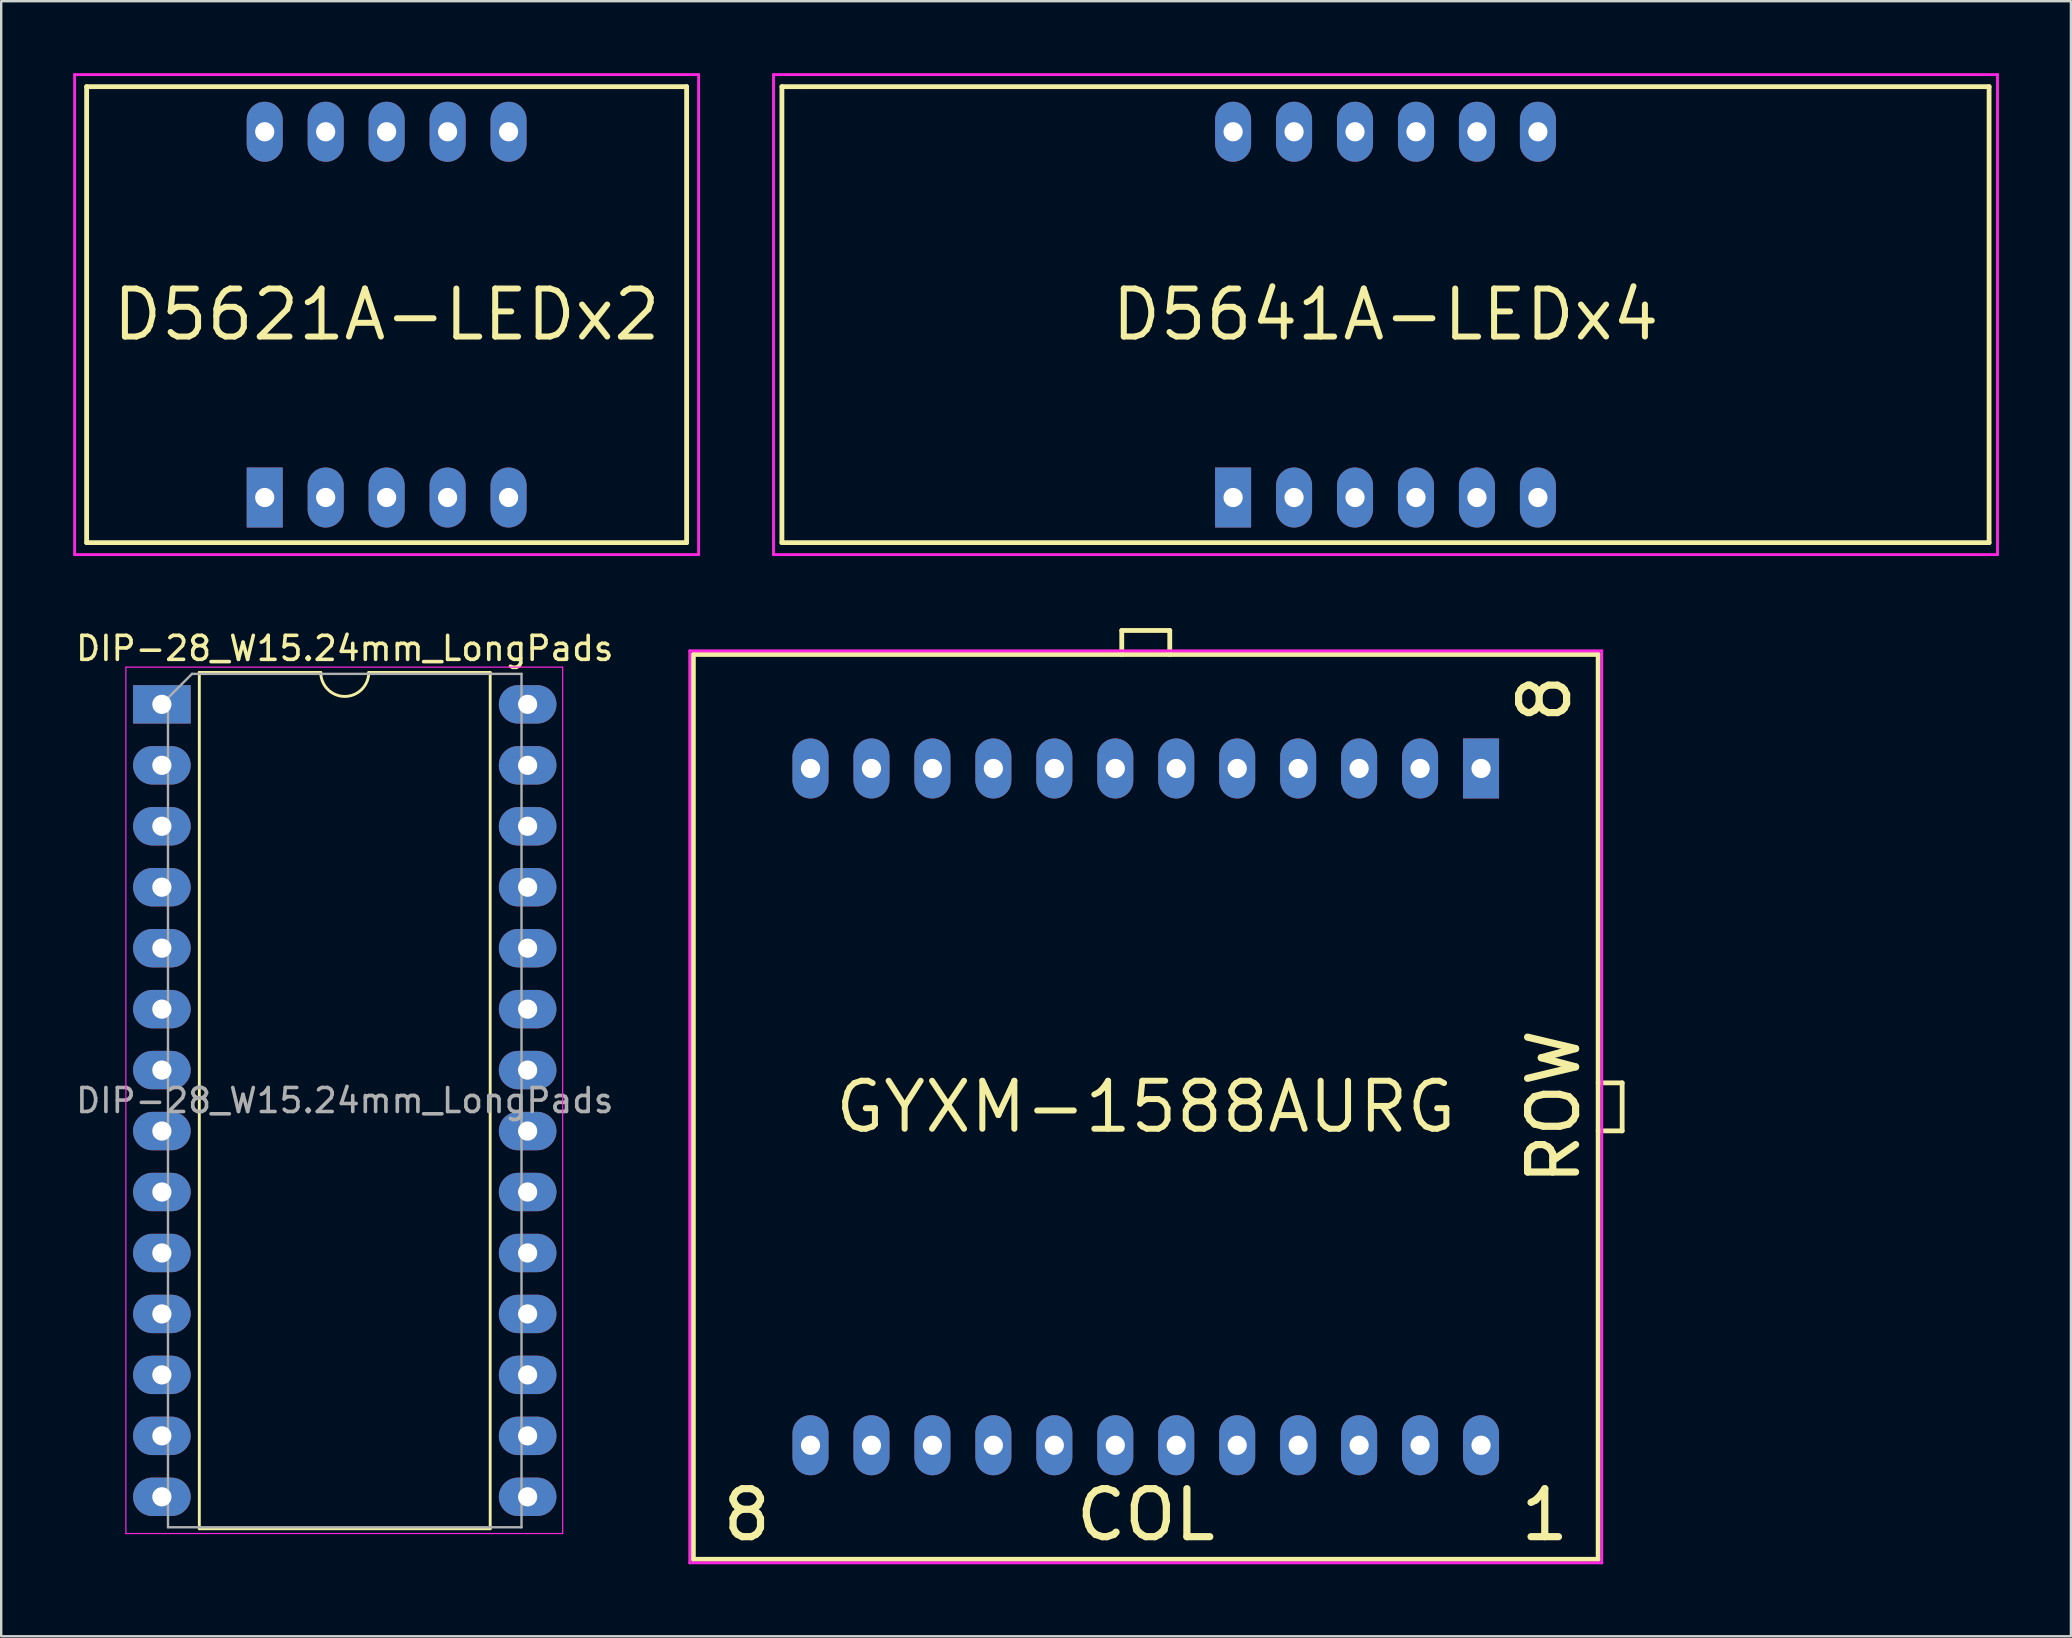
<source format=kicad_pcb>
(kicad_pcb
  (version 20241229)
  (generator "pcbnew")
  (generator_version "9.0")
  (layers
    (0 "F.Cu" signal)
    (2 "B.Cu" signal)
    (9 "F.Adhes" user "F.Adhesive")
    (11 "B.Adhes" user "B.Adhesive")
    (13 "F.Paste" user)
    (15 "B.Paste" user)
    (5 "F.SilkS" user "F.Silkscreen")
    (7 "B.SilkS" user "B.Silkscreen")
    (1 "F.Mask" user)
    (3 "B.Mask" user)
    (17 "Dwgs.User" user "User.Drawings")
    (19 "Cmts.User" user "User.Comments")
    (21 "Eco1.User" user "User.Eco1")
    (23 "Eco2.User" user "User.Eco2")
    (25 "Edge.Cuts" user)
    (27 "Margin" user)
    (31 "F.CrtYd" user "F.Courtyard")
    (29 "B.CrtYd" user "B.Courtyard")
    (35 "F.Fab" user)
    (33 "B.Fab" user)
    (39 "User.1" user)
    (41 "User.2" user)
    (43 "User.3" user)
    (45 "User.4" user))
  (footprint "GYXM-1588AURG"
    (layer "F.Cu")
    (at 44.691 43.07)
    (property "Reference" "GYXM-1588AURG" (at 0 0 0) (layer "F.SilkS") (effects (font (size 2 2) (thickness 0.25))))
    (attr through_hole)
    (fp_line (start -18.85 -18.85) (end 18.85 -18.85) (stroke (width 0.2) (type solid)) (layer "F.SilkS"))
    (fp_line (start -18.85 18.85) (end -18.85 -18.85) (stroke (width 0.2) (type solid)) (layer "F.SilkS"))
    (fp_line (start -18.85 18.85) (end 18.85 18.85) (stroke (width 0.2) (type solid)) (layer "F.SilkS"))
    (fp_line (start -1 -19.85) (end 1 -19.85) (stroke (width 0.2) (type solid)) (layer "F.SilkS"))
    (fp_line (start -1 -18.85) (end -1 -19.85) (stroke (width 0.2) (type solid)) (layer "F.SilkS"))
    (fp_line (start 1 -19.85) (end 1 -18.85) (stroke (width 0.2) (type solid)) (layer "F.SilkS"))
    (fp_line (start 18.85 1) (end 19.85 1) (stroke (width 0.2) (type solid)) (layer "F.SilkS"))
    (fp_line (start 18.85 18.85) (end 18.85 -18.85) (stroke (width 0.2) (type solid)) (layer "F.SilkS"))
    (fp_line (start 19.85 -1) (end 18.85 -1) (stroke (width 0.2) (type solid)) (layer "F.SilkS"))
    (fp_line (start 19.85 1) (end 19.85 -1) (stroke (width 0.2) (type solid)) (layer "F.SilkS"))
    (fp_line (start -19 -19) (end 19 -19) (stroke (width 0.12) (type solid)) (layer "F.CrtYd"))
    (fp_line (start -19 19) (end -19 -19) (stroke (width 0.12) (type solid)) (layer "F.CrtYd"))
    (fp_line (start 19 -19) (end 19 19) (stroke (width 0.12) (type solid)) (layer "F.CrtYd"))
    (fp_line (start 19 19) (end -19 19) (stroke (width 0.12) (type solid)) (layer "F.CrtYd"))
    (fp_text user "COL" (at 0 17 0) (layer "F.SilkS") (effects (font (size 2 2) (thickness 0.3))))
    (fp_text user "8" (at 16.625 -17 90) (layer "F.SilkS") (effects (font (size 2 2) (thickness 0.3))))
    (fp_text user "1" (at 16.625 17 0) (layer "F.SilkS") (effects (font (size 2 2) (thickness 0.3))))
    (fp_text user "8" (at -16.625 17 0) (layer "F.SilkS") (effects (font (size 2 2) (thickness 0.3))))
    (fp_text user "ROW" (at 17 0 90) (layer "F.SilkS") (effects (font (size 2 2) (thickness 0.3))))
    (pad "1" thru_hole rect (at 13.97 -14.1) (size 1.5 2.5) (drill 0.8) (layers "*.Cu" "*.Mask"))
    (pad "2" thru_hole oval (at 11.43 -14.1) (size 1.5 2.5) (drill 0.8) (layers "*.Cu" "*.Mask"))
    (pad "3" thru_hole oval (at 8.89 -14.1) (size 1.5 2.5) (drill 0.8) (layers "*.Cu" "*.Mask"))
    (pad "4" thru_hole oval (at 6.35 -14.1) (size 1.5 2.5) (drill 0.8) (layers "*.Cu" "*.Mask"))
    (pad "5" thru_hole oval (at 3.81 -14.1) (size 1.5 2.5) (drill 0.8) (layers "*.Cu" "*.Mask"))
    (pad "6" thru_hole oval (at 1.27 -14.1) (size 1.5 2.5) (drill 0.8) (layers "*.Cu" "*.Mask"))
    (pad "7" thru_hole oval (at -1.27 -14.1) (size 1.5 2.5) (drill 0.8) (layers "*.Cu" "*.Mask"))
    (pad "8" thru_hole oval (at -3.81 -14.1) (size 1.5 2.5) (drill 0.8) (layers "*.Cu" "*.Mask"))
    (pad "9" thru_hole oval (at -6.35 -14.1) (size 1.5 2.5) (drill 0.8) (layers "*.Cu" "*.Mask"))
    (pad "10" thru_hole oval (at -8.89 -14.1) (size 1.5 2.5) (drill 0.8) (layers "*.Cu" "*.Mask"))
    (pad "11" thru_hole oval (at -11.43 -14.1) (size 1.5 2.5) (drill 0.8) (layers "*.Cu" "*.Mask"))
    (pad "12" thru_hole oval (at -13.97 -14.1) (size 1.5 2.5) (drill 0.8) (layers "*.Cu" "*.Mask"))
    (pad "13" thru_hole oval (at -13.97 14.1) (size 1.5 2.5) (drill 0.8) (layers "*.Cu" "*.Mask"))
    (pad "14" thru_hole oval (at -11.43 14.1) (size 1.5 2.5) (drill 0.8) (layers "*.Cu" "*.Mask"))
    (pad "15" thru_hole oval (at -8.89 14.1) (size 1.5 2.5) (drill 0.8) (layers "*.Cu" "*.Mask"))
    (pad "16" thru_hole oval (at -6.35 14.1) (size 1.5 2.5) (drill 0.8) (layers "*.Cu" "*.Mask"))
    (pad "17" thru_hole oval (at -3.81 14.1) (size 1.5 2.5) (drill 0.8) (layers "*.Cu" "*.Mask"))
    (pad "18" thru_hole oval (at -1.27 14.1) (size 1.5 2.5) (drill 0.8) (layers "*.Cu" "*.Mask"))
    (pad "19" thru_hole oval (at 1.27 14.1) (size 1.5 2.5) (drill 0.8) (layers "*.Cu" "*.Mask"))
    (pad "20" thru_hole oval (at 3.81 14.1) (size 1.5 2.5) (drill 0.8) (layers "*.Cu" "*.Mask"))
    (pad "21" thru_hole oval (at 6.35 14.1) (size 1.5 2.5) (drill 0.8) (layers "*.Cu" "*.Mask"))
    (pad "22" thru_hole oval (at 8.89 14.1) (size 1.5 2.5) (drill 0.8) (layers "*.Cu" "*.Mask"))
    (pad "23" thru_hole oval (at 11.43 14.1) (size 1.5 2.5) (drill 0.8) (layers "*.Cu" "*.Mask"))
    (pad "24" thru_hole oval (at 13.97 14.1) (size 1.5 2.5) (drill 0.8) (layers "*.Cu" "*.Mask")))
  (footprint "DIP-28_W15.24mm_LongPads"
    (layer "F.Cu")
    (at 3.695 26.298)
    (property "Reference" "DIP-28_W15.24mm_LongPads" (at 7.62 -2.33 0) (layer "F.SilkS") (effects (font (size 1 1) (thickness 0.15))))
    (attr through_hole)
    (fp_line (start 1.56 -1.33) (end 1.56 34.35) (stroke (width 0.12) (type solid)) (layer "F.SilkS"))
    (fp_line (start 1.56 34.35) (end 13.68 34.35) (stroke (width 0.12) (type solid)) (layer "F.SilkS"))
    (fp_line (start 6.62 -1.33) (end 1.56 -1.33) (stroke (width 0.12) (type solid)) (layer "F.SilkS"))
    (fp_line (start 13.68 -1.33) (end 8.62 -1.33) (stroke (width 0.12) (type solid)) (layer "F.SilkS"))
    (fp_line (start 13.68 34.35) (end 13.68 -1.33) (stroke (width 0.12) (type solid)) (layer "F.SilkS"))
    (fp_arc (start 8.62 -1.33) (mid 7.62 -0.33) (end 6.62 -1.33) (stroke (width 0.12) (type solid)) (layer "F.SilkS"))
    (fp_line (start -1.5 -1.55) (end -1.5 34.55) (stroke (width 0.05) (type solid)) (layer "F.CrtYd"))
    (fp_line (start -1.5 34.55) (end 16.7 34.55) (stroke (width 0.05) (type solid)) (layer "F.CrtYd"))
    (fp_line (start 16.7 -1.55) (end -1.5 -1.55) (stroke (width 0.05) (type solid)) (layer "F.CrtYd"))
    (fp_line (start 16.7 34.55) (end 16.7 -1.55) (stroke (width 0.05) (type solid)) (layer "F.CrtYd"))
    (fp_line (start 0.255 -0.27) (end 1.255 -1.27) (stroke (width 0.1) (type solid)) (layer "F.Fab"))
    (fp_line (start 0.255 34.29) (end 0.255 -0.27) (stroke (width 0.1) (type solid)) (layer "F.Fab"))
    (fp_line (start 1.255 -1.27) (end 14.985 -1.27) (stroke (width 0.1) (type solid)) (layer "F.Fab"))
    (fp_line (start 14.985 -1.27) (end 14.985 34.29) (stroke (width 0.1) (type solid)) (layer "F.Fab"))
    (fp_line (start 14.985 34.29) (end 0.255 34.29) (stroke (width 0.1) (type solid)) (layer "F.Fab"))
    (fp_text user "${REFERENCE}" (at 7.62 16.51 0) (layer "F.Fab") (effects (font (size 1 1) (thickness 0.15))))
    (pad "1" thru_hole rect (at 0 0) (size 2.4 1.6) (drill 0.8) (layers "*.Cu" "*.Mask"))
    (pad "2" thru_hole oval (at 0 2.54) (size 2.4 1.6) (drill 0.8) (layers "*.Cu" "*.Mask"))
    (pad "3" thru_hole oval (at 0 5.08) (size 2.4 1.6) (drill 0.8) (layers "*.Cu" "*.Mask"))
    (pad "4" thru_hole oval (at 0 7.62) (size 2.4 1.6) (drill 0.8) (layers "*.Cu" "*.Mask"))
    (pad "5" thru_hole oval (at 0 10.16) (size 2.4 1.6) (drill 0.8) (layers "*.Cu" "*.Mask"))
    (pad "6" thru_hole oval (at 0 12.7) (size 2.4 1.6) (drill 0.8) (layers "*.Cu" "*.Mask"))
    (pad "7" thru_hole oval (at 0 15.24) (size 2.4 1.6) (drill 0.8) (layers "*.Cu" "*.Mask"))
    (pad "8" thru_hole oval (at 0 17.78) (size 2.4 1.6) (drill 0.8) (layers "*.Cu" "*.Mask"))
    (pad "9" thru_hole oval (at 0 20.32) (size 2.4 1.6) (drill 0.8) (layers "*.Cu" "*.Mask"))
    (pad "10" thru_hole oval (at 0 22.86) (size 2.4 1.6) (drill 0.8) (layers "*.Cu" "*.Mask"))
    (pad "11" thru_hole oval (at 0 25.4) (size 2.4 1.6) (drill 0.8) (layers "*.Cu" "*.Mask"))
    (pad "12" thru_hole oval (at 0 27.94) (size 2.4 1.6) (drill 0.8) (layers "*.Cu" "*.Mask"))
    (pad "13" thru_hole oval (at 0 30.48) (size 2.4 1.6) (drill 0.8) (layers "*.Cu" "*.Mask"))
    (pad "14" thru_hole oval (at 0 33.02) (size 2.4 1.6) (drill 0.8) (layers "*.Cu" "*.Mask"))
    (pad "15" thru_hole oval (at 15.24 33.02) (size 2.4 1.6) (drill 0.8) (layers "*.Cu" "*.Mask"))
    (pad "16" thru_hole oval (at 15.24 30.48) (size 2.4 1.6) (drill 0.8) (layers "*.Cu" "*.Mask"))
    (pad "17" thru_hole oval (at 15.24 27.94) (size 2.4 1.6) (drill 0.8) (layers "*.Cu" "*.Mask"))
    (pad "18" thru_hole oval (at 15.24 25.4) (size 2.4 1.6) (drill 0.8) (layers "*.Cu" "*.Mask"))
    (pad "19" thru_hole oval (at 15.24 22.86) (size 2.4 1.6) (drill 0.8) (layers "*.Cu" "*.Mask"))
    (pad "20" thru_hole oval (at 15.24 20.32) (size 2.4 1.6) (drill 0.8) (layers "*.Cu" "*.Mask"))
    (pad "21" thru_hole oval (at 15.24 17.78) (size 2.4 1.6) (drill 0.8) (layers "*.Cu" "*.Mask"))
    (pad "22" thru_hole oval (at 15.24 15.24) (size 2.4 1.6) (drill 0.8) (layers "*.Cu" "*.Mask"))
    (pad "23" thru_hole oval (at 15.24 12.7) (size 2.4 1.6) (drill 0.8) (layers "*.Cu" "*.Mask"))
    (pad "24" thru_hole oval (at 15.24 10.16) (size 2.4 1.6) (drill 0.8) (layers "*.Cu" "*.Mask"))
    (pad "25" thru_hole oval (at 15.24 7.62) (size 2.4 1.6) (drill 0.8) (layers "*.Cu" "*.Mask"))
    (pad "26" thru_hole oval (at 15.24 5.08) (size 2.4 1.6) (drill 0.8) (layers "*.Cu" "*.Mask"))
    (pad "27" thru_hole oval (at 15.24 2.54) (size 2.4 1.6) (drill 0.8) (layers "*.Cu" "*.Mask"))
    (pad "28" thru_hole oval (at 15.24 0) (size 2.4 1.6) (drill 0.8) (layers "*.Cu" "*.Mask")))
  (footprint "D5641A-LEDx4"
    (layer "F.Cu")
    (at 54.68 10.06)
    (property "Reference" "D5641A-LEDx4" (at 0 0 0) (layer "F.SilkS") (effects (font (size 2 2) (thickness 0.25))))
    (attr through_hole)
    (fp_line (start -25.15 -9.5) (end -25.15 9.5) (stroke (width 0.2) (type solid)) (layer "F.SilkS"))
    (fp_line (start 25.15 -9.5) (end -25.15 -9.5) (stroke (width 0.2) (type solid)) (layer "F.SilkS"))
    (fp_line (start 25.15 -9.5) (end 25.15 9.5) (stroke (width 0.2) (type solid)) (layer "F.SilkS"))
    (fp_line (start 25.15 9.5) (end -25.15 9.5) (stroke (width 0.2) (type solid)) (layer "F.SilkS"))
    (fp_line (start -25.5 -10) (end 25.5 -10) (stroke (width 0.12) (type solid)) (layer "F.CrtYd"))
    (fp_line (start -25.5 10) (end -25.5 -10) (stroke (width 0.12) (type solid)) (layer "F.CrtYd"))
    (fp_line (start 25.5 -10) (end 25.5 10) (stroke (width 0.12) (type solid)) (layer "F.CrtYd"))
    (fp_line (start 25.5 10) (end -25.5 10) (stroke (width 0.12) (type solid)) (layer "F.CrtYd"))
    (pad "1" thru_hole rect (at -6.35 7.62) (size 1.5 2.5) (drill 0.8) (layers "*.Cu" "*.Mask"))
    (pad "2" thru_hole oval (at -3.81 7.62) (size 1.5 2.5) (drill 0.8) (layers "*.Cu" "*.Mask"))
    (pad "3" thru_hole oval (at -1.27 7.62) (size 1.5 2.5) (drill 0.8) (layers "*.Cu" "*.Mask"))
    (pad "4" thru_hole oval (at 1.27 7.62) (size 1.5 2.5) (drill 0.8) (layers "*.Cu" "*.Mask"))
    (pad "5" thru_hole oval (at 3.81 7.62) (size 1.5 2.5) (drill 0.8) (layers "*.Cu" "*.Mask"))
    (pad "6" thru_hole oval (at 6.35 7.62) (size 1.5 2.5) (drill 0.8) (layers "*.Cu" "*.Mask"))
    (pad "7" thru_hole oval (at 6.35 -7.62) (size 1.5 2.5) (drill 0.8) (layers "*.Cu" "*.Mask"))
    (pad "8" thru_hole oval (at 3.81 -7.62) (size 1.5 2.5) (drill 0.8) (layers "*.Cu" "*.Mask"))
    (pad "9" thru_hole oval (at 1.27 -7.62) (size 1.5 2.5) (drill 0.8) (layers "*.Cu" "*.Mask"))
    (pad "10" thru_hole oval (at -1.27 -7.62) (size 1.5 2.5) (drill 0.8) (layers "*.Cu" "*.Mask"))
    (pad "11" thru_hole oval (at -3.81 -7.62) (size 1.5 2.5) (drill 0.8) (layers "*.Cu" "*.Mask"))
    (pad "12" thru_hole oval (at -6.35 -7.62) (size 1.5 2.5) (drill 0.8) (layers "*.Cu" "*.Mask")))
  (footprint "D5621A-LEDx2"
    (layer "F.Cu")
    (at 13.06 10.06)
    (property "Reference" "D5621A-LEDx2" (at 0 0 0) (layer "F.SilkS") (effects (font (size 2 2) (thickness 0.25))))
    (attr through_hole)
    (fp_line (start -12.5 -9.5) (end -12.5 9.5) (stroke (width 0.2) (type solid)) (layer "F.SilkS"))
    (fp_line (start 12.5 -9.5) (end -12.5 -9.5) (stroke (width 0.2) (type solid)) (layer "F.SilkS"))
    (fp_line (start 12.5 -9.5) (end 12.5 9.5) (stroke (width 0.2) (type solid)) (layer "F.SilkS"))
    (fp_line (start 12.5 9.5) (end -12.5 9.5) (stroke (width 0.2) (type solid)) (layer "F.SilkS"))
    (fp_line (start -13 -10) (end 13 -10) (stroke (width 0.12) (type solid)) (layer "F.CrtYd"))
    (fp_line (start -13 10) (end -13 -10) (stroke (width 0.12) (type solid)) (layer "F.CrtYd"))
    (fp_line (start 13 -10) (end 13 10) (stroke (width 0.12) (type solid)) (layer "F.CrtYd"))
    (fp_line (start 13 10) (end -13 10) (stroke (width 0.12) (type solid)) (layer "F.CrtYd"))
    (pad "1" thru_hole rect (at -5.08 7.62) (size 1.5 2.5) (drill 0.8) (layers "*.Cu" "*.Mask"))
    (pad "2" thru_hole oval (at -2.54 7.62) (size 1.5 2.5) (drill 0.8) (layers "*.Cu" "*.Mask"))
    (pad "3" thru_hole oval (at 0 7.62) (size 1.5 2.5) (drill 0.8) (layers "*.Cu" "*.Mask"))
    (pad "4" thru_hole oval (at 2.54 7.62) (size 1.5 2.5) (drill 0.8) (layers "*.Cu" "*.Mask"))
    (pad "5" thru_hole oval (at 5.08 7.62) (size 1.5 2.5) (drill 0.8) (layers "*.Cu" "*.Mask"))
    (pad "6" thru_hole oval (at 5.08 -7.62) (size 1.5 2.5) (drill 0.8) (layers "*.Cu" "*.Mask"))
    (pad "7" thru_hole oval (at 2.54 -7.62) (size 1.5 2.5) (drill 0.8) (layers "*.Cu" "*.Mask"))
    (pad "8" thru_hole oval (at 0 -7.62) (size 1.5 2.5) (drill 0.8) (layers "*.Cu" "*.Mask"))
    (pad "9" thru_hole oval (at -2.54 -7.62) (size 1.5 2.5) (drill 0.8) (layers "*.Cu" "*.Mask"))
    (pad "10" thru_hole oval (at -5.08 -7.62) (size 1.5 2.5) (drill 0.8) (layers "*.Cu" "*.Mask")))
  (gr_rect
    (start -3 -3)
    (end 83.24 65.13)
    (stroke (width 0.1) (type default))
    (fill no)
    (layer "Edge.Cuts")))
</source>
